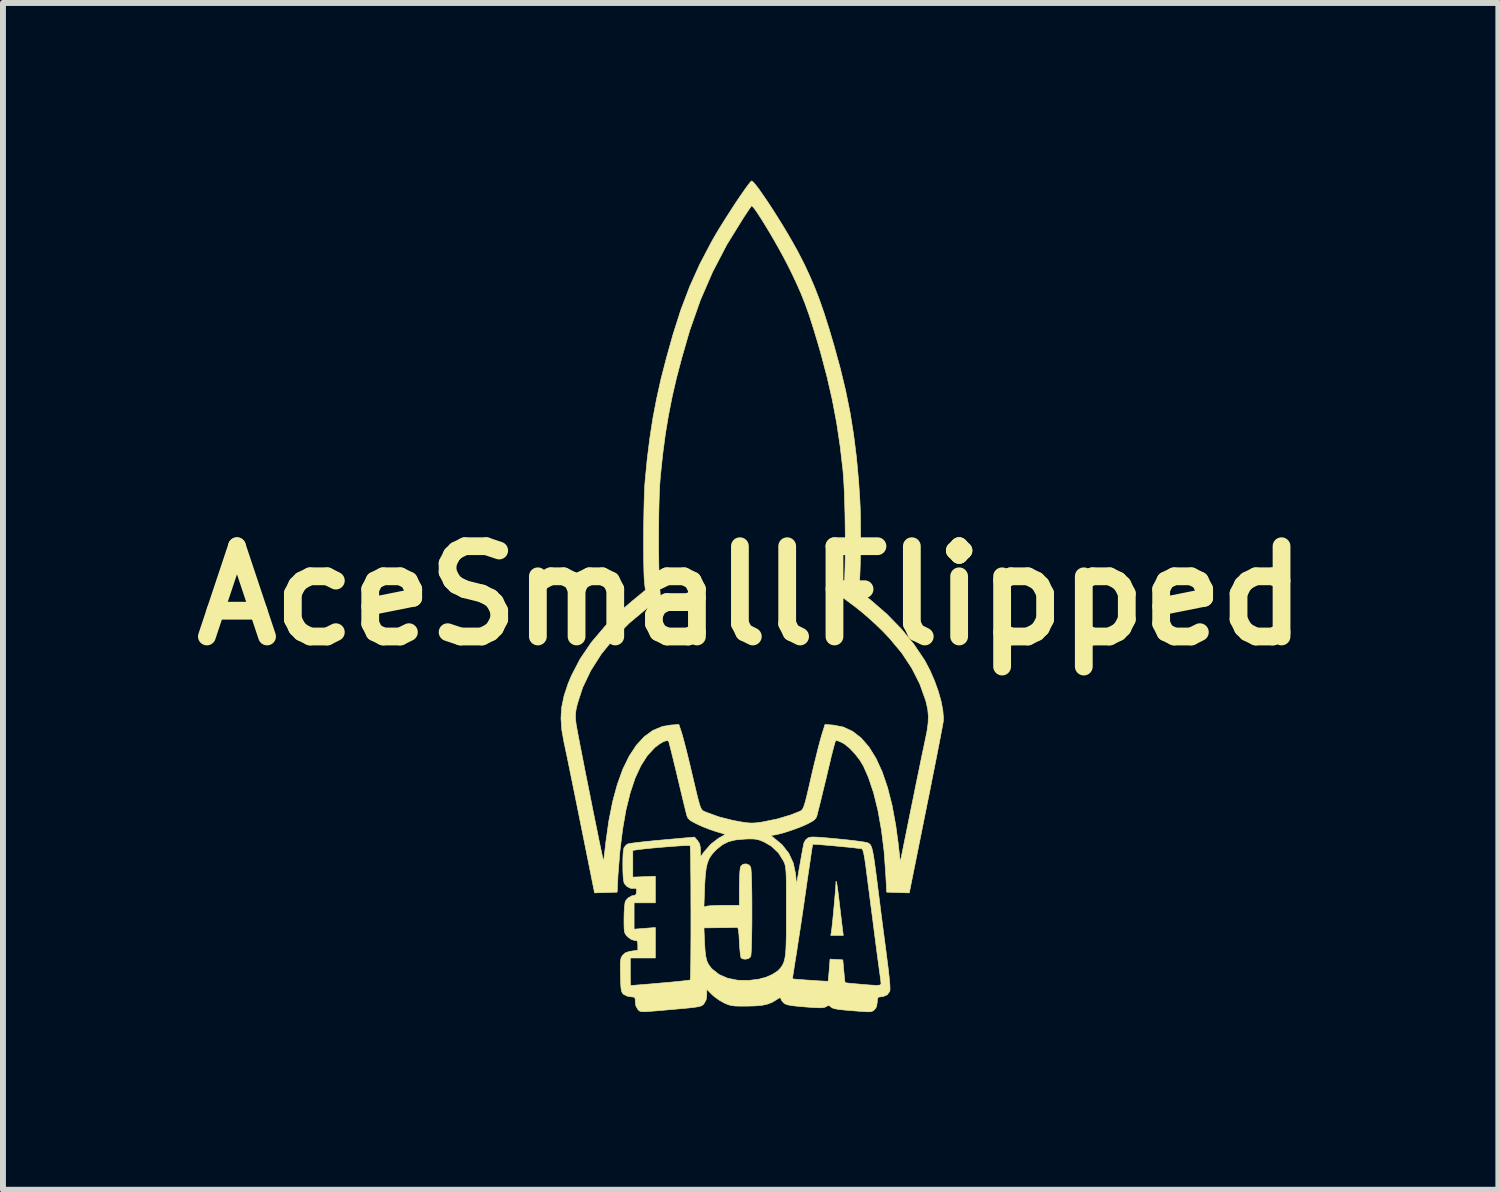
<source format=kicad_pcb>
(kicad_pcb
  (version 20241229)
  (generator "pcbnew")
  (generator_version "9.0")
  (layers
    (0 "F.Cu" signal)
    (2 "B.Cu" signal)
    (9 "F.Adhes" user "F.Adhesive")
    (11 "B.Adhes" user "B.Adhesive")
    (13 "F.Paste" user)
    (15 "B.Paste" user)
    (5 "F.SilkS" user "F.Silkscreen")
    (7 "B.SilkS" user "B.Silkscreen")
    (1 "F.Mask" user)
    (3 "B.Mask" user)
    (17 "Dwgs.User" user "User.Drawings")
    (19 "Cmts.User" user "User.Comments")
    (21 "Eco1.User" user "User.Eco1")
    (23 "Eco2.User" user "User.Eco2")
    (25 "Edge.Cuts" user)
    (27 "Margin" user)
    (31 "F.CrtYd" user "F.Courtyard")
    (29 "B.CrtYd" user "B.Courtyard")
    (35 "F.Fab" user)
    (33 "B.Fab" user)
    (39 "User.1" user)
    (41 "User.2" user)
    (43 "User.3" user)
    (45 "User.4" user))
  (footprint "AceSmallFlipped"
    (layer "F.Cu")
    (at 9.623 7.006)
    (property "Reference" "AceSmallFlipped" (at 0 0 0) (layer "F.SilkS") (effects (font (size 1.524 1.524) (thickness 0.3))))
    (attr through_hole)
    (fp_poly (pts (xy 1.447 4.828) (xy 1.456 4.873) (xy 1.469 4.958) (xy 1.485 5.084) (xy 1.501 5.218) (xy 1.516 5.345) (xy 1.53 5.462) (xy 1.542 5.561) (xy 1.55 5.633) (xy 1.555 5.667) (xy 1.564 5.736) (xy 1.353 5.736) (xy 1.364 5.667) (xy 1.37 5.623) (xy 1.379 5.546) (xy 1.389 5.446) (xy 1.4 5.333) (xy 1.411 5.214) (xy 1.421 5.099) (xy 1.43 4.997) (xy 1.436 4.917) (xy 1.439 4.867) (xy 1.439 4.861) (xy 1.441 4.823) (xy 1.447 4.828)) (stroke (width 0.01) (type solid)) (fill yes) (layer "F.SilkS"))
    (fp_poly (pts (xy 0.038 -6.987) (xy 0.078 -6.942) (xy 0.135 -6.869) (xy 0.203 -6.772) (xy 0.281 -6.658) (xy 0.366 -6.529) (xy 0.454 -6.39) (xy 0.543 -6.247) (xy 0.629 -6.103) (xy 0.71 -5.963) (xy 0.783 -5.832) (xy 0.803 -5.795) (xy 0.905 -5.596) (xy 0.996 -5.401) (xy 1.081 -5.203) (xy 1.162 -4.993) (xy 1.241 -4.765) (xy 1.322 -4.51) (xy 1.407 -4.223) (xy 1.515 -3.829) (xy 1.605 -3.454) (xy 1.679 -3.087) (xy 1.738 -2.718) (xy 1.786 -2.336) (xy 1.823 -1.931) (xy 1.843 -1.619) (xy 1.849 -1.494) (xy 1.853 -1.346) (xy 1.855 -1.183) (xy 1.856 -1.011) (xy 1.856 -0.838) (xy 1.853 -0.67) (xy 1.85 -0.513) (xy 1.845 -0.375) (xy 1.84 -0.261) (xy 1.833 -0.18) (xy 1.828 -0.15) (xy 1.826 -0.124) (xy 1.835 -0.098) (xy 1.859 -0.067) (xy 1.904 -0.024) (xy 1.976 0.035) (xy 2.025 0.074) (xy 2.297 0.31) (xy 2.542 0.561) (xy 2.755 0.82) (xy 2.931 1.082) (xy 2.944 1.103) (xy 3.028 1.263) (xy 3.103 1.435) (xy 3.166 1.61) (xy 3.214 1.779) (xy 3.244 1.934) (xy 3.255 2.067) (xy 3.252 2.124) (xy 3.245 2.164) (xy 3.231 2.24) (xy 3.21 2.351) (xy 3.183 2.492) (xy 3.15 2.66) (xy 3.113 2.85) (xy 3.071 3.059) (xy 3.027 3.284) (xy 2.979 3.52) (xy 2.958 3.625) (xy 2.678 5.018) (xy 2.487 5.012) (xy 2.297 5.006) (xy 2.281 4.71) (xy 2.253 4.319) (xy 2.208 3.957) (xy 2.149 3.626) (xy 2.076 3.329) (xy 1.988 3.068) (xy 1.904 2.876) (xy 1.841 2.773) (xy 1.76 2.669) (xy 1.672 2.576) (xy 1.585 2.505) (xy 1.541 2.48) (xy 1.486 2.456) (xy 1.446 2.445) (xy 1.437 2.446) (xy 1.427 2.469) (xy 1.41 2.526) (xy 1.388 2.61) (xy 1.361 2.714) (xy 1.344 2.789) (xy 1.306 2.947) (xy 1.267 3.113) (xy 1.227 3.276) (xy 1.19 3.43) (xy 1.157 3.564) (xy 1.13 3.669) (xy 1.121 3.707) (xy 1.106 3.748) (xy 1.082 3.779) (xy 1.04 3.81) (xy 0.97 3.847) (xy 0.945 3.86) (xy 0.856 3.899) (xy 0.751 3.939) (xy 0.64 3.977) (xy 0.534 4.01) (xy 0.443 4.033) (xy 0.379 4.044) (xy 0.373 4.044) (xy 0.344 4.046) (xy 0.348 4.057) (xy 0.381 4.081) (xy 0.531 4.206) (xy 0.644 4.351) (xy 0.72 4.516) (xy 0.759 4.7) (xy 0.76 4.714) (xy 0.774 4.879) (xy 0.799 4.731) (xy 0.819 4.611) (xy 0.841 4.49) (xy 0.861 4.375) (xy 0.879 4.278) (xy 0.893 4.206) (xy 0.9 4.175) (xy 0.925 4.128) (xy 0.961 4.095) (xy 0.981 4.085) (xy 1.007 4.078) (xy 1.045 4.075) (xy 1.1 4.076) (xy 1.179 4.081) (xy 1.288 4.09) (xy 1.431 4.103) (xy 1.463 4.106) (xy 1.601 4.12) (xy 1.727 4.134) (xy 1.835 4.148) (xy 1.917 4.16) (xy 1.966 4.17) (xy 1.974 4.173) (xy 1.996 4.183) (xy 2.014 4.198) (xy 2.03 4.222) (xy 2.045 4.259) (xy 2.059 4.313) (xy 2.073 4.389) (xy 2.089 4.49) (xy 2.107 4.622) (xy 2.129 4.788) (xy 2.148 4.942) (xy 2.173 5.136) (xy 2.2 5.353) (xy 2.229 5.578) (xy 2.258 5.797) (xy 2.284 5.995) (xy 2.295 6.083) (xy 2.321 6.285) (xy 2.339 6.445) (xy 2.35 6.565) (xy 2.353 6.643) (xy 2.349 6.679) (xy 2.306 6.738) (xy 2.235 6.769) (xy 2.192 6.773) (xy 2.157 6.778) (xy 2.142 6.799) (xy 2.138 6.849) (xy 2.138 6.858) (xy 2.124 6.941) (xy 2.093 6.988) (xy 2.067 7.009) (xy 2.038 7.022) (xy 1.994 7.026) (xy 1.925 7.023) (xy 1.865 7.019) (xy 1.71 7.007) (xy 1.591 6.997) (xy 1.504 6.988) (xy 1.442 6.978) (xy 1.401 6.969) (xy 1.374 6.957) (xy 1.356 6.944) (xy 1.355 6.943) (xy 1.324 6.92) (xy 1.292 6.927) (xy 1.275 6.938) (xy 1.251 6.949) (xy 1.217 6.956) (xy 1.165 6.958) (xy 1.088 6.955) (xy 0.98 6.948) (xy 0.916 6.943) (xy 0.791 6.932) (xy 0.7 6.922) (xy 0.638 6.911) (xy 0.596 6.899) (xy 0.567 6.883) (xy 0.556 6.874) (xy 0.522 6.833) (xy 0.508 6.8) (xy 0.499 6.786) (xy 0.468 6.8) (xy 0.446 6.815) (xy 0.371 6.861) (xy 0.291 6.894) (xy 0.198 6.915) (xy 0.081 6.926) (xy -0.064 6.93) (xy -0.177 6.93) (xy -0.259 6.928) (xy -0.319 6.921) (xy -0.369 6.909) (xy -0.419 6.889) (xy -0.448 6.876) (xy -0.531 6.829) (xy -0.614 6.769) (xy -0.654 6.733) (xy -0.741 6.646) (xy -0.741 6.74) (xy -0.752 6.825) (xy -0.788 6.888) (xy -0.788 6.889) (xy -0.805 6.907) (xy -0.825 6.921) (xy -0.854 6.932) (xy -0.896 6.942) (xy -0.959 6.951) (xy -1.046 6.961) (xy -1.165 6.972) (xy -1.312 6.985) (xy -1.478 7) (xy -1.606 7.011) (xy -1.702 7.018) (xy -1.772 7.023) (xy -1.82 7.023) (xy -1.852 7.02) (xy -1.872 7.014) (xy -1.886 7.005) (xy -1.899 6.991) (xy -1.905 6.985) (xy -1.94 6.92) (xy -1.947 6.858) (xy -1.95 6.804) (xy -1.963 6.78) (xy -1.999 6.774) (xy -2.019 6.773) (xy -2.085 6.761) (xy -2.141 6.733) (xy -2.161 6.714) (xy -2.175 6.691) (xy -2.185 6.656) (xy -2.191 6.602) (xy -2.195 6.52) (xy -2.198 6.41) (xy -2.2 6.294) (xy -2.2 6.212) (xy -2.196 6.156) (xy -2.188 6.118) (xy -2.187 6.117) (xy -2.032 6.117) (xy -2.032 6.35) (xy -2.032 6.444) (xy -2.03 6.519) (xy -2.029 6.568) (xy -2.027 6.583) (xy -2.005 6.581) (xy -1.947 6.576) (xy -1.859 6.569) (xy -1.746 6.56) (xy -1.615 6.549) (xy -1.527 6.541) (xy -1.386 6.529) (xy -1.26 6.517) (xy -1.155 6.506) (xy -1.076 6.497) (xy -1.029 6.49) (xy -1.02 6.488) (xy -1.017 6.464) (xy -1.015 6.404) (xy -1.013 6.31) (xy -1.011 6.188) (xy -1.01 6.044) (xy -1.009 5.88) (xy -1.008 5.703) (xy -1.008 5.609) (xy -0.789 5.609) (xy -0.778 5.858) (xy -0.77 5.99) (xy -0.758 6.09) (xy -0.74 6.165) (xy -0.713 6.224) (xy -0.674 6.277) (xy -0.65 6.304) (xy -0.533 6.396) (xy -0.389 6.459) (xy -0.22 6.493) (xy -0.032 6.496) (xy 0.139 6.475) (xy 0.161 6.469) (xy 0.706 6.469) (xy 0.728 6.472) (xy 0.782 6.477) (xy 0.86 6.483) (xy 0.952 6.49) (xy 1.049 6.496) (xy 1.143 6.503) (xy 1.223 6.507) (xy 1.28 6.51) (xy 1.306 6.511) (xy 1.307 6.511) (xy 1.31 6.489) (xy 1.316 6.435) (xy 1.323 6.358) (xy 1.326 6.321) (xy 1.34 6.136) (xy 1.556 6.149) (xy 1.573 6.339) (xy 1.581 6.423) (xy 1.588 6.489) (xy 1.593 6.528) (xy 1.595 6.534) (xy 1.617 6.537) (xy 1.671 6.544) (xy 1.748 6.551) (xy 1.839 6.559) (xy 1.932 6.567) (xy 2.02 6.574) (xy 2.091 6.578) (xy 2.122 6.58) (xy 2.181 6.575) (xy 2.201 6.556) (xy 2.201 6.555) (xy 2.199 6.523) (xy 2.191 6.46) (xy 2.18 6.375) (xy 2.17 6.306) (xy 2.161 6.235) (xy 2.146 6.127) (xy 2.128 5.991) (xy 2.107 5.83) (xy 2.084 5.653) (xy 2.06 5.465) (xy 2.035 5.273) (xy 2.033 5.26) (xy 2.004 5.031) (xy 1.979 4.84) (xy 1.959 4.684) (xy 1.943 4.559) (xy 1.929 4.463) (xy 1.917 4.39) (xy 1.906 4.339) (xy 1.896 4.304) (xy 1.886 4.283) (xy 1.875 4.273) (xy 1.862 4.269) (xy 1.846 4.268) (xy 1.828 4.267) (xy 1.824 4.267) (xy 1.777 4.261) (xy 1.702 4.252) (xy 1.606 4.243) (xy 1.499 4.233) (xy 1.387 4.222) (xy 1.279 4.213) (xy 1.183 4.205) (xy 1.107 4.199) (xy 1.059 4.197) (xy 1.046 4.197) (xy 1.043 4.218) (xy 1.034 4.277) (xy 1.02 4.368) (xy 1.003 4.487) (xy 0.982 4.629) (xy 0.958 4.789) (xy 0.933 4.963) (xy 0.933 4.965) (xy 0.905 5.159) (xy 0.876 5.358) (xy 0.847 5.553) (xy 0.819 5.736) (xy 0.794 5.898) (xy 0.774 6.032) (xy 0.763 6.097) (xy 0.744 6.216) (xy 0.728 6.32) (xy 0.715 6.401) (xy 0.708 6.453) (xy 0.706 6.469) (xy 0.161 6.469) (xy 0.258 6.443) (xy 0.368 6.395) (xy 0.457 6.336) (xy 0.502 6.29) (xy 0.528 6.253) (xy 0.549 6.216) (xy 0.565 6.174) (xy 0.578 6.122) (xy 0.588 6.056) (xy 0.595 5.972) (xy 0.599 5.864) (xy 0.602 5.728) (xy 0.603 5.56) (xy 0.603 5.354) (xy 0.603 5.323) (xy 0.603 5.126) (xy 0.603 4.966) (xy 0.602 4.84) (xy 0.6 4.741) (xy 0.597 4.666) (xy 0.592 4.61) (xy 0.586 4.568) (xy 0.578 4.535) (xy 0.568 4.507) (xy 0.558 4.485) (xy 0.47 4.343) (xy 0.352 4.231) (xy 0.23 4.16) (xy 0.165 4.132) (xy 0.11 4.116) (xy 0.051 4.108) (xy -0.026 4.107) (xy -0.103 4.11) (xy -0.251 4.123) (xy -0.371 4.152) (xy -0.473 4.202) (xy -0.569 4.278) (xy -0.603 4.311) (xy -0.658 4.373) (xy -0.7 4.438) (xy -0.731 4.515) (xy -0.752 4.61) (xy -0.766 4.731) (xy -0.776 4.884) (xy -0.778 4.94) (xy -0.789 5.256) (xy -0.738 5.242) (xy -0.698 5.237) (xy -0.625 5.232) (xy -0.532 5.229) (xy -0.439 5.228) (xy -0.191 5.228) (xy -0.191 4.92) (xy -0.189 4.805) (xy -0.185 4.703) (xy -0.179 4.625) (xy -0.171 4.578) (xy -0.169 4.571) (xy -0.129 4.535) (xy -0.077 4.528) (xy -0.027 4.548) (xy 0.001 4.584) (xy 0.006 4.62) (xy 0.011 4.692) (xy 0.015 4.793) (xy 0.018 4.917) (xy 0.02 5.059) (xy 0.021 5.212) (xy 0.021 5.369) (xy 0.021 5.526) (xy 0.019 5.675) (xy 0.016 5.811) (xy 0.013 5.928) (xy 0.009 6.018) (xy 0.004 6.078) (xy -0.001 6.097) (xy -0.036 6.127) (xy -0.089 6.138) (xy -0.139 6.131) (xy -0.163 6.112) (xy -0.17 6.081) (xy -0.178 6.018) (xy -0.186 5.931) (xy -0.191 5.842) (xy -0.197 5.729) (xy -0.205 5.653) (xy -0.215 5.612) (xy -0.228 5.601) (xy -0.258 5.602) (xy -0.322 5.603) (xy -0.409 5.605) (xy -0.512 5.606) (xy -0.521 5.606) (xy -0.789 5.609) (xy -1.008 5.609) (xy -1.008 5.517) (xy -1.008 5.327) (xy -1.009 5.138) (xy -1.009 4.954) (xy -1.01 4.781) (xy -1.012 4.622) (xy -1.013 4.483) (xy -1.015 4.369) (xy -1.018 4.284) (xy -1.02 4.233) (xy -1.022 4.22) (xy -1.046 4.218) (xy -1.105 4.219) (xy -1.19 4.224) (xy -1.296 4.231) (xy -1.413 4.24) (xy -1.536 4.25) (xy -1.656 4.261) (xy -1.766 4.272) (xy -1.858 4.282) (xy -1.91 4.289) (xy -1.99 4.301) (xy -1.99 4.526) (xy -1.99 4.752) (xy -1.799 4.745) (xy -1.609 4.738) (xy -1.609 5.186) (xy -1.968 5.186) (xy -1.968 5.631) (xy -1.789 5.617) (xy -1.609 5.603) (xy -1.609 6.117) (xy -2.032 6.117) (xy -2.187 6.117) (xy -2.174 6.09) (xy -2.161 6.071) (xy -2.115 6.03) (xy -2.048 6.007) (xy -2.011 6.001) (xy -1.905 5.986) (xy -1.905 5.904) (xy -1.908 5.85) (xy -1.922 5.826) (xy -1.956 5.821) (xy -1.96 5.821) (xy -2.014 5.805) (xy -2.073 5.762) (xy -2.076 5.759) (xy -2.102 5.731) (xy -2.12 5.704) (xy -2.131 5.67) (xy -2.136 5.618) (xy -2.138 5.541) (xy -2.138 5.453) (xy -2.136 5.351) (xy -2.13 5.259) (xy -2.122 5.19) (xy -2.114 5.157) (xy -2.071 5.105) (xy -2.006 5.068) (xy -1.957 5.059) (xy -1.933 5.04) (xy -1.926 4.994) (xy -1.93 4.95) (xy -1.948 4.938) (xy -1.966 4.942) (xy -2.026 4.941) (xy -2.087 4.911) (xy -2.132 4.861) (xy -2.135 4.854) (xy -2.145 4.811) (xy -2.153 4.736) (xy -2.157 4.642) (xy -2.158 4.539) (xy -2.157 4.438) (xy -2.153 4.348) (xy -2.145 4.282) (xy -2.137 4.254) (xy -2.102 4.211) (xy -2.079 4.194) (xy -2.049 4.186) (xy -1.982 4.176) (xy -1.886 4.164) (xy -1.765 4.151) (xy -1.626 4.137) (xy -1.495 4.125) (xy -0.948 4.076) (xy -0.897 4.135) (xy -0.863 4.187) (xy -0.849 4.252) (xy -0.847 4.301) (xy -0.847 4.409) (xy -0.786 4.326) (xy -0.674 4.198) (xy -0.548 4.1) (xy -0.514 4.08) (xy -0.425 4.03) (xy -0.586 3.982) (xy -0.69 3.947) (xy -0.805 3.902) (xy -0.903 3.858) (xy -0.982 3.817) (xy -1.03 3.786) (xy -1.059 3.755) (xy -1.076 3.717) (xy -1.081 3.697) (xy -1.092 3.655) (xy -1.111 3.577) (xy -1.137 3.472) (xy -1.168 3.343) (xy -1.202 3.199) (xy -1.239 3.046) (xy -1.239 3.044) (xy -1.275 2.895) (xy -1.308 2.758) (xy -1.337 2.641) (xy -1.361 2.548) (xy -1.377 2.484) (xy -1.386 2.456) (xy -1.386 2.456) (xy -1.415 2.446) (xy -1.466 2.462) (xy -1.533 2.5) (xy -1.607 2.555) (xy -1.622 2.568) (xy -1.745 2.701) (xy -1.854 2.872) (xy -1.951 3.082) (xy -2.034 3.33) (xy -2.105 3.618) (xy -2.162 3.945) (xy -2.207 4.312) (xy -2.24 4.719) (xy -2.249 4.9) (xy -2.254 5.006) (xy -2.445 5.012) (xy -2.635 5.018) (xy -2.866 3.869) (xy -2.911 3.646) (xy -2.955 3.428) (xy -2.997 3.221) (xy -3.036 3.029) (xy -3.071 2.858) (xy -3.101 2.711) (xy -3.126 2.594) (xy -3.143 2.512) (xy -3.149 2.487) (xy -3.188 2.27) (xy -3.202 2.072) (xy -3.198 2.002) (xy -2.958 2.002) (xy -2.957 2.077) (xy -2.948 2.159) (xy -2.941 2.202) (xy -2.927 2.279) (xy -2.907 2.385) (xy -2.882 2.517) (xy -2.852 2.669) (xy -2.819 2.838) (xy -2.784 3.018) (xy -2.746 3.205) (xy -2.708 3.395) (xy -2.671 3.583) (xy -2.634 3.765) (xy -2.599 3.936) (xy -2.568 4.091) (xy -2.54 4.226) (xy -2.516 4.338) (xy -2.499 4.42) (xy -2.488 4.468) (xy -2.484 4.48) (xy -2.48 4.459) (xy -2.473 4.404) (xy -2.463 4.321) (xy -2.451 4.218) (xy -2.446 4.17) (xy -2.395 3.806) (xy -2.33 3.477) (xy -2.25 3.184) (xy -2.157 2.927) (xy -2.049 2.707) (xy -1.929 2.525) (xy -1.795 2.38) (xy -1.65 2.275) (xy -1.491 2.209) (xy -1.352 2.185) (xy -1.212 2.175) (xy -1.167 2.31) (xy -1.149 2.37) (xy -1.124 2.463) (xy -1.093 2.582) (xy -1.059 2.718) (xy -1.024 2.863) (xy -1.008 2.932) (xy -0.964 3.117) (xy -0.929 3.266) (xy -0.901 3.383) (xy -0.878 3.471) (xy -0.86 3.535) (xy -0.843 3.58) (xy -0.827 3.61) (xy -0.81 3.628) (xy -0.79 3.64) (xy -0.766 3.65) (xy -0.737 3.662) (xy -0.733 3.663) (xy -0.535 3.735) (xy -0.306 3.793) (xy -0.164 3.82) (xy -0.062 3.835) (xy 0.02 3.84) (xy 0.101 3.835) (xy 0.202 3.821) (xy 0.206 3.82) (xy 0.454 3.769) (xy 0.677 3.702) (xy 0.778 3.662) (xy 0.811 3.649) (xy 0.837 3.638) (xy 0.858 3.625) (xy 0.876 3.605) (xy 0.892 3.573) (xy 0.909 3.525) (xy 0.929 3.457) (xy 0.952 3.363) (xy 0.981 3.24) (xy 1.017 3.082) (xy 1.037 2.995) (xy 1.072 2.847) (xy 1.108 2.702) (xy 1.141 2.568) (xy 1.171 2.454) (xy 1.195 2.369) (xy 1.2 2.352) (xy 1.255 2.175) (xy 1.395 2.185) (xy 1.564 2.218) (xy 1.721 2.291) (xy 1.865 2.403) (xy 1.997 2.555) (xy 2.115 2.745) (xy 2.22 2.973) (xy 2.311 3.239) (xy 2.388 3.543) (xy 2.45 3.882) (xy 2.489 4.17) (xy 2.526 4.497) (xy 2.712 3.577) (xy 2.753 3.377) (xy 2.792 3.182) (xy 2.83 2.999) (xy 2.864 2.832) (xy 2.894 2.687) (xy 2.919 2.57) (xy 2.936 2.486) (xy 2.943 2.455) (xy 2.977 2.289) (xy 2.996 2.152) (xy 3 2.034) (xy 2.99 1.922) (xy 2.965 1.808) (xy 2.954 1.767) (xy 2.855 1.49) (xy 2.721 1.225) (xy 2.552 0.969) (xy 2.343 0.718) (xy 2.223 0.592) (xy 2.12 0.492) (xy 2.006 0.389) (xy 1.895 0.292) (xy 1.796 0.212) (xy 1.772 0.193) (xy 1.565 0.039) (xy 1.582 -0.187) (xy 1.589 -0.327) (xy 1.594 -0.5) (xy 1.597 -0.699) (xy 1.598 -0.914) (xy 1.596 -1.137) (xy 1.593 -1.361) (xy 1.587 -1.577) (xy 1.58 -1.776) (xy 1.571 -1.951) (xy 1.56 -2.093) (xy 1.559 -2.109) (xy 1.511 -2.522) (xy 1.452 -2.916) (xy 1.379 -3.303) (xy 1.289 -3.696) (xy 1.18 -4.107) (xy 1.132 -4.273) (xy 1.058 -4.518) (xy 0.989 -4.733) (xy 0.92 -4.926) (xy 0.848 -5.107) (xy 0.768 -5.287) (xy 0.678 -5.476) (xy 0.616 -5.599) (xy 0.548 -5.729) (xy 0.474 -5.864) (xy 0.396 -6.001) (xy 0.319 -6.133) (xy 0.244 -6.257) (xy 0.175 -6.368) (xy 0.115 -6.46) (xy 0.066 -6.53) (xy 0.031 -6.572) (xy 0.014 -6.581) (xy 0.014 -6.581) (xy -0.000251 -6.561) (xy -0.033 -6.513) (xy -0.078 -6.445) (xy -0.12 -6.382) (xy -0.401 -5.928) (xy -0.642 -5.466) (xy -0.849 -4.989) (xy -1.025 -4.488) (xy -1.057 -4.381) (xy -1.162 -4.017) (xy -1.251 -3.68) (xy -1.325 -3.36) (xy -1.387 -3.046) (xy -1.44 -2.728) (xy -1.484 -2.394) (xy -1.522 -2.035) (xy -1.527 -1.979) (xy -1.535 -1.869) (xy -1.542 -1.725) (xy -1.547 -1.554) (xy -1.551 -1.364) (xy -1.553 -1.162) (xy -1.554 -0.958) (xy -1.554 -0.758) (xy -1.551 -0.57) (xy -1.548 -0.403) (xy -1.542 -0.263) (xy -1.539 -0.209) (xy -1.523 0.038) (xy -1.751 0.213) (xy -2.049 0.463) (xy -2.307 0.721) (xy -2.524 0.989) (xy -2.7 1.266) (xy -2.836 1.55) (xy -2.926 1.828) (xy -2.948 1.925) (xy -2.958 2.002) (xy -3.198 2.002) (xy -3.19 1.883) (xy -3.15 1.691) (xy -3.082 1.486) (xy -3.028 1.356) (xy -2.88 1.07) (xy -2.69 0.79) (xy -2.458 0.516) (xy -2.185 0.249) (xy -1.994 0.086) (xy -1.777 -0.092) (xy -1.792 -0.22) (xy -1.798 -0.295) (xy -1.802 -0.405) (xy -1.805 -0.543) (xy -1.807 -0.704) (xy -1.808 -0.88) (xy -1.807 -1.064) (xy -1.805 -1.25) (xy -1.802 -1.431) (xy -1.798 -1.6) (xy -1.793 -1.75) (xy -1.787 -1.875) (xy -1.781 -1.947) (xy -1.745 -2.32) (xy -1.701 -2.667) (xy -1.65 -2.999) (xy -1.587 -3.327) (xy -1.513 -3.66) (xy -1.423 -4.01) (xy -1.317 -4.387) (xy -1.313 -4.403) (xy -1.178 -4.826) (xy -1.028 -5.22) (xy -0.858 -5.598) (xy -0.662 -5.971) (xy -0.636 -6.017) (xy -0.576 -6.121) (xy -0.505 -6.237) (xy -0.427 -6.362) (xy -0.346 -6.488) (xy -0.266 -6.612) (xy -0.189 -6.727) (xy -0.119 -6.828) (xy -0.06 -6.911) (xy -0.015 -6.97) (xy 0.012 -6.999) (xy 0.015 -7.001) (xy 0.038 -6.987)) (stroke (width 0.01) (type solid)) (fill yes) (layer "F.SilkS")))
  (gr_rect
    (start -3 -3)
    (end 22.246 17.036)
    (stroke (width 0.1) (type default))
    (fill no)
    (layer "Edge.Cuts")))
</source>
